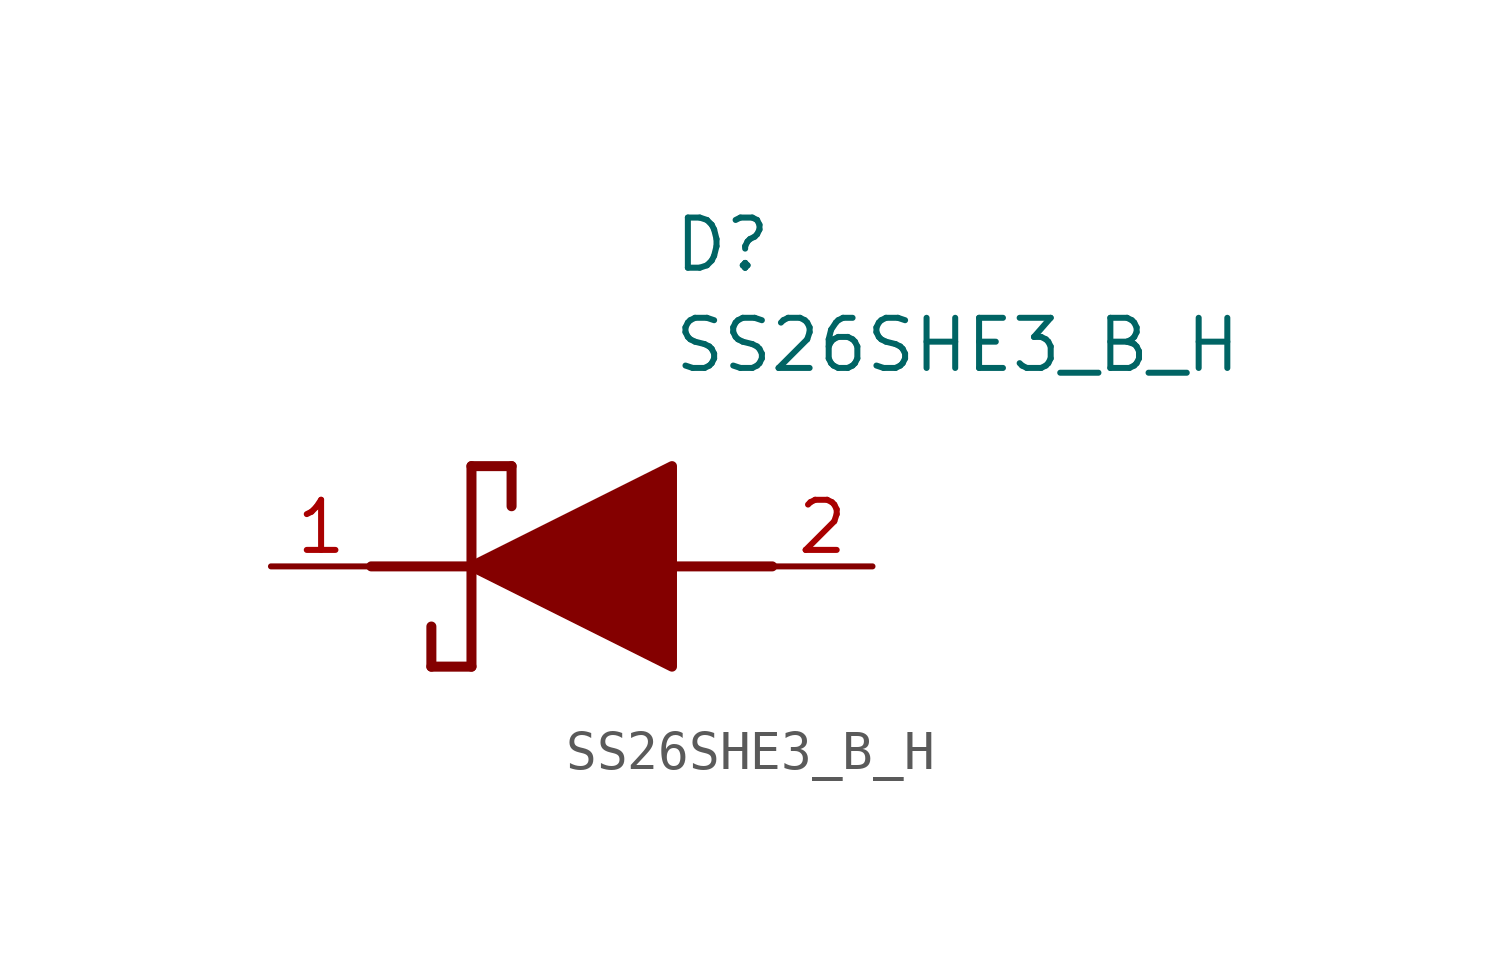
<source format=kicad_sym>
(kicad_symbol_lib
  (version 20211014)
  (generator SamacSys_ECAD_Model)
  (symbol "SS26SHE3_B_H"
    (pin_names hide)
    (property "Reference" "D"
      (at 12.7 8.89 0)
      (effects (font (size 1.27 1.27)) (justify left top)))
    (property "Value" "SS26SHE3_B_H"
      (at 12.7 6.35 0)
      (effects (font (size 1.27 1.27)) (justify left top)))
    (polyline
      (pts (xy 7.62 2.54) (xy 7.62 -2.54))
      (stroke (width 0.254) (type default))
      (fill (type none)))
    (polyline
      (pts (xy 7.62 2.54) (xy 8.636 2.54))
      (stroke (width 0.254) (type default))
      (fill (type none)))
    (polyline
      (pts (xy 8.636 1.524) (xy 8.636 2.54))
      (stroke (width 0.254) (type default))
      (fill (type none)))
    (polyline
      (pts (xy 7.62 -2.54) (xy 6.604 -2.54))
      (stroke (width 0.254) (type default))
      (fill (type none)))
    (polyline
      (pts (xy 6.604 -1.524) (xy 6.604 -2.54))
      (stroke (width 0.254) (type default))
      (fill (type none)))
    (polyline
      (pts (xy 5.08 0) (xy 7.62 0))
      (stroke (width 0.254) (type default))
      (fill (type none)))
    (polyline
      (pts (xy 12.7 0) (xy 15.24 0))
      (stroke (width 0.254) (type default))
      (fill (type none)))
    (polyline
      (pts (xy 7.62 0) (xy 12.7 2.54) (xy 12.7 -2.54) (xy 7.62 0))
      (stroke (width 0.254) (type default))
      (fill (type outline)))
    (pin passive line
      (at 2.54 0 0)
      (length 2.54)
      (name "K" (effects (font (size 1.27 1.27))))
      (number "1" (effects (font (size 1.27 1.27)))))
    (pin passive line
      (at 17.78 0 180)
      (length 2.54)
      (name "A" (effects (font (size 1.27 1.27))))
      (number "2" (effects (font (size 1.27 1.27)))))))
</source>
